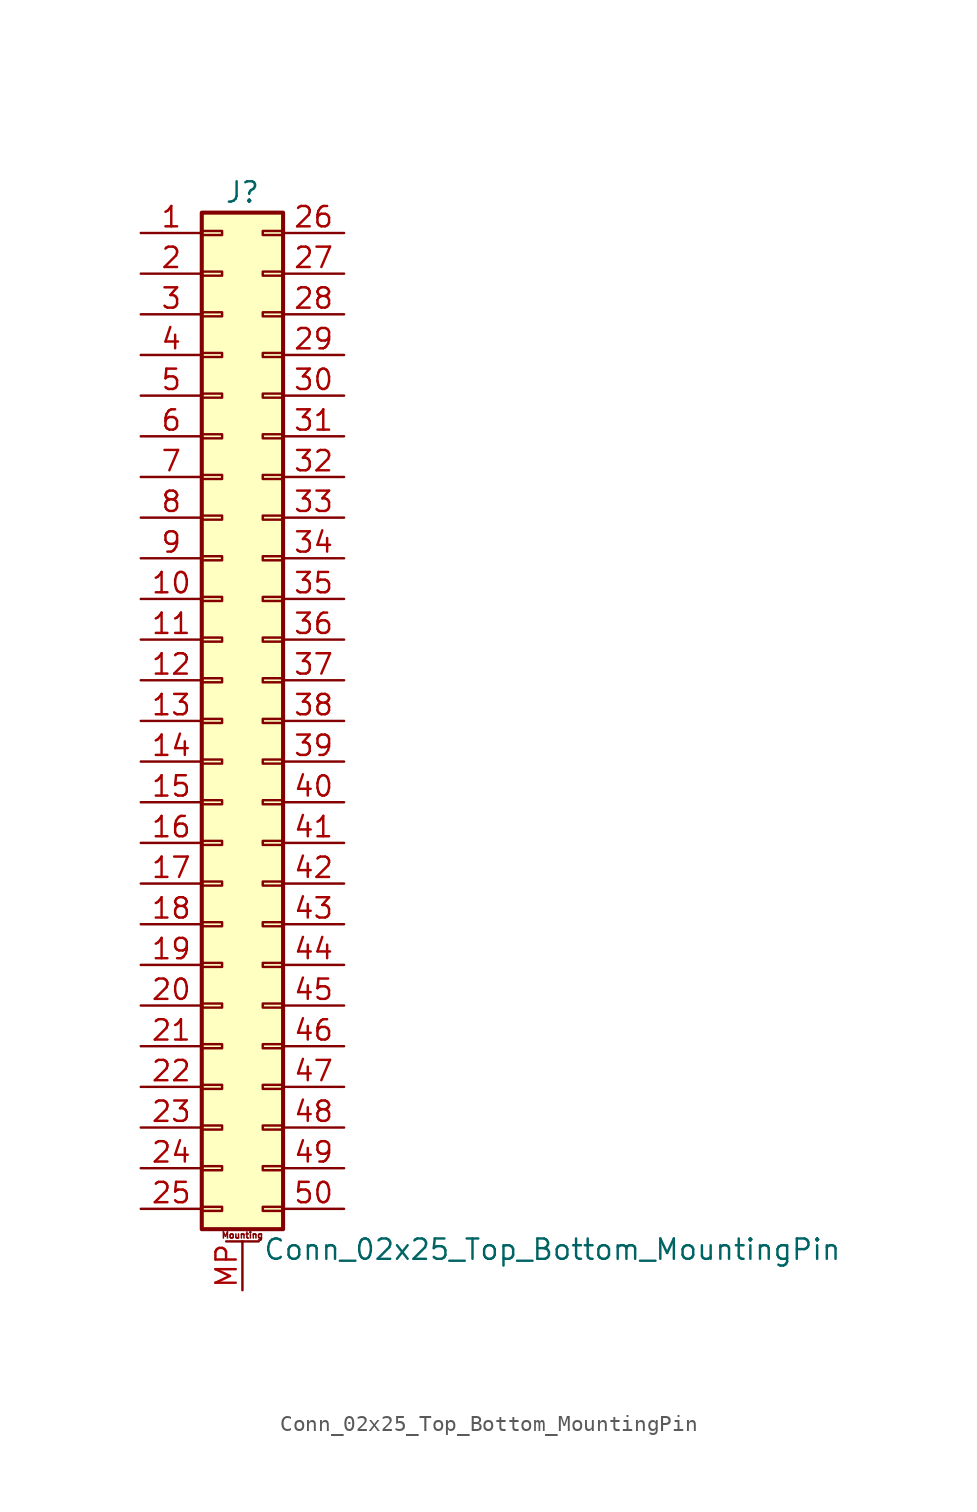
<source format=kicad_sym>
(kicad_symbol_lib
  (version 20201005)
  (generator kicad_symbol_editor)
  (symbol "Connector_Generic_MountingPin:Conn_02x25_Top_Bottom_MountingPin"
    (pin_names
      (offset 1.016) hide)
    (property "Reference" "J"
      (at 1.27 33.02 0)
      (effects (font (size 1.27 1.27))))
    (property "Value" "Conn_02x25_Top_Bottom_MountingPin"
      (at 2.54 -33.02 0)
      (effects (font (size 1.27 1.27)) (justify left)))
    (symbol "Conn_02x25_Top_Bottom_MountingPin_1_1"
      (text "Mounting" (at 1.27 -32.131 0) (effects (font (size 0.381 0.381))))
      (rectangle (start -1.27 -27.813) (end 0 -28.067) (stroke (width 0.152)) (fill (type none)))
      (rectangle (start -1.27 -30.353) (end 0 -30.607) (stroke (width 0.152)) (fill (type none)))
      (rectangle (start -1.27 -4.953) (end 0 -5.207) (stroke (width 0.152)) (fill (type none)))
      (rectangle (start -1.27 -7.493) (end 0 -7.747) (stroke (width 0.152)) (fill (type none)))
      (rectangle (start -1.27 -10.033) (end 0 -10.287) (stroke (width 0.152)) (fill (type none)))
      (rectangle (start -1.27 -12.573) (end 0 -12.827) (stroke (width 0.152)) (fill (type none)))
      (rectangle (start -1.27 -15.113) (end 0 -15.367) (stroke (width 0.152)) (fill (type none)))
      (rectangle (start -1.27 -17.653) (end 0 -17.907) (stroke (width 0.152)) (fill (type none)))
      (rectangle (start -1.27 -20.193) (end 0 -20.447) (stroke (width 0.152)) (fill (type none)))
      (rectangle (start -1.27 -22.733) (end 0 -22.987) (stroke (width 0.152)) (fill (type none)))
      (rectangle (start -1.27 -2.413) (end 0 -2.667) (stroke (width 0.152)) (fill (type none)))
      (rectangle (start -1.27 -25.273) (end 0 -25.527) (stroke (width 0.152)) (fill (type none)))
      (rectangle (start -1.27 25.527) (end 0 25.273) (stroke (width 0.152)) (fill (type none)))
      (rectangle (start -1.27 2.667) (end 0 2.413) (stroke (width 0.152)) (fill (type none)))
      (rectangle (start -1.27 28.067) (end 0 27.813) (stroke (width 0.152)) (fill (type none)))
      (rectangle (start -1.27 30.607) (end 0 30.353) (stroke (width 0.152)) (fill (type none)))
      (rectangle (start -1.27 31.75) (end 3.81 -31.75) (stroke (width 0.254)) (fill (type background)))
      (rectangle (start -1.27 5.207) (end 0 4.953) (stroke (width 0.152)) (fill (type none)))
      (rectangle (start -1.27 7.747) (end 0 7.493) (stroke (width 0.152)) (fill (type none)))
      (rectangle (start -1.27 10.287) (end 0 10.033) (stroke (width 0.152)) (fill (type none)))
      (rectangle (start -1.27 0.127) (end 0 -0.127) (stroke (width 0.152)) (fill (type none)))
      (rectangle (start -1.27 12.827) (end 0 12.573) (stroke (width 0.152)) (fill (type none)))
      (rectangle (start -1.27 15.367) (end 0 15.113) (stroke (width 0.152)) (fill (type none)))
      (rectangle (start -1.27 17.907) (end 0 17.653) (stroke (width 0.152)) (fill (type none)))
      (rectangle (start -1.27 20.447) (end 0 20.193) (stroke (width 0.152)) (fill (type none)))
      (rectangle (start -1.27 22.987) (end 0 22.733) (stroke (width 0.152)) (fill (type none)))
      (rectangle (start 3.81 -27.813) (end 2.54 -28.067) (stroke (width 0.152)) (fill (type none)))
      (rectangle (start 3.81 -30.353) (end 2.54 -30.607) (stroke (width 0.152)) (fill (type none)))
      (rectangle (start 3.81 -4.953) (end 2.54 -5.207) (stroke (width 0.152)) (fill (type none)))
      (rectangle (start 3.81 -7.493) (end 2.54 -7.747) (stroke (width 0.152)) (fill (type none)))
      (rectangle (start 3.81 -10.033) (end 2.54 -10.287) (stroke (width 0.152)) (fill (type none)))
      (rectangle (start 3.81 -12.573) (end 2.54 -12.827) (stroke (width 0.152)) (fill (type none)))
      (rectangle (start 3.81 -15.113) (end 2.54 -15.367) (stroke (width 0.152)) (fill (type none)))
      (rectangle (start 3.81 -17.653) (end 2.54 -17.907) (stroke (width 0.152)) (fill (type none)))
      (rectangle (start 3.81 -20.193) (end 2.54 -20.447) (stroke (width 0.152)) (fill (type none)))
      (rectangle (start 3.81 -22.733) (end 2.54 -22.987) (stroke (width 0.152)) (fill (type none)))
      (rectangle (start 3.81 -2.413) (end 2.54 -2.667) (stroke (width 0.152)) (fill (type none)))
      (rectangle (start 3.81 -25.273) (end 2.54 -25.527) (stroke (width 0.152)) (fill (type none)))
      (rectangle (start 3.81 25.527) (end 2.54 25.273) (stroke (width 0.152)) (fill (type none)))
      (rectangle (start 3.81 2.667) (end 2.54 2.413) (stroke (width 0.152)) (fill (type none)))
      (rectangle (start 3.81 28.067) (end 2.54 27.813) (stroke (width 0.152)) (fill (type none)))
      (rectangle (start 3.81 30.607) (end 2.54 30.353) (stroke (width 0.152)) (fill (type none)))
      (rectangle (start 3.81 5.207) (end 2.54 4.953) (stroke (width 0.152)) (fill (type none)))
      (rectangle (start 3.81 7.747) (end 2.54 7.493) (stroke (width 0.152)) (fill (type none)))
      (rectangle (start 3.81 10.287) (end 2.54 10.033) (stroke (width 0.152)) (fill (type none)))
      (rectangle (start 3.81 0.127) (end 2.54 -0.127) (stroke (width 0.152)) (fill (type none)))
      (rectangle (start 3.81 12.827) (end 2.54 12.573) (stroke (width 0.152)) (fill (type none)))
      (rectangle (start 3.81 15.367) (end 2.54 15.113) (stroke (width 0.152)) (fill (type none)))
      (rectangle (start 3.81 17.907) (end 2.54 17.653) (stroke (width 0.152)) (fill (type none)))
      (rectangle (start 3.81 20.447) (end 2.54 20.193) (stroke (width 0.152)) (fill (type none)))
      (rectangle (start 3.81 22.987) (end 2.54 22.733) (stroke (width 0.152)) (fill (type none)))
      (polyline (pts (xy 0.254 -32.512) (xy 2.286 -32.512)) (stroke (width 0.152)) (fill (type none)))
      (pin passive line (at 1.27 -35.56 90) (length 3.048) (name "MountPin" (effects (font (size 1.27 1.27)))) (number "MP" (effects (font (size 1.27 1.27)))))
      (pin passive line (at -5.08 30.48 0) (length 3.81) (name "Pin_1" (effects (font (size 1.27 1.27)))) (number "1" (effects (font (size 1.27 1.27)))))
      (pin passive line (at -5.08 7.62 0) (length 3.81) (name "Pin_10" (effects (font (size 1.27 1.27)))) (number "10" (effects (font (size 1.27 1.27)))))
      (pin passive line (at -5.08 5.08 0) (length 3.81) (name "Pin_11" (effects (font (size 1.27 1.27)))) (number "11" (effects (font (size 1.27 1.27)))))
      (pin passive line (at -5.08 2.54 0) (length 3.81) (name "Pin_12" (effects (font (size 1.27 1.27)))) (number "12" (effects (font (size 1.27 1.27)))))
      (pin passive line (at -5.08 0 0) (length 3.81) (name "Pin_13" (effects (font (size 1.27 1.27)))) (number "13" (effects (font (size 1.27 1.27)))))
      (pin passive line (at -5.08 -2.54 0) (length 3.81) (name "Pin_14" (effects (font (size 1.27 1.27)))) (number "14" (effects (font (size 1.27 1.27)))))
      (pin passive line (at -5.08 -5.08 0) (length 3.81) (name "Pin_15" (effects (font (size 1.27 1.27)))) (number "15" (effects (font (size 1.27 1.27)))))
      (pin passive line (at -5.08 -7.62 0) (length 3.81) (name "Pin_16" (effects (font (size 1.27 1.27)))) (number "16" (effects (font (size 1.27 1.27)))))
      (pin passive line (at -5.08 -10.16 0) (length 3.81) (name "Pin_17" (effects (font (size 1.27 1.27)))) (number "17" (effects (font (size 1.27 1.27)))))
      (pin passive line (at -5.08 -12.7 0) (length 3.81) (name "Pin_18" (effects (font (size 1.27 1.27)))) (number "18" (effects (font (size 1.27 1.27)))))
      (pin passive line (at -5.08 -15.24 0) (length 3.81) (name "Pin_19" (effects (font (size 1.27 1.27)))) (number "19" (effects (font (size 1.27 1.27)))))
      (pin passive line (at -5.08 27.94 0) (length 3.81) (name "Pin_2" (effects (font (size 1.27 1.27)))) (number "2" (effects (font (size 1.27 1.27)))))
      (pin passive line (at -5.08 -17.78 0) (length 3.81) (name "Pin_20" (effects (font (size 1.27 1.27)))) (number "20" (effects (font (size 1.27 1.27)))))
      (pin passive line (at -5.08 -20.32 0) (length 3.81) (name "Pin_21" (effects (font (size 1.27 1.27)))) (number "21" (effects (font (size 1.27 1.27)))))
      (pin passive line (at -5.08 -22.86 0) (length 3.81) (name "Pin_22" (effects (font (size 1.27 1.27)))) (number "22" (effects (font (size 1.27 1.27)))))
      (pin passive line (at -5.08 -25.4 0) (length 3.81) (name "Pin_23" (effects (font (size 1.27 1.27)))) (number "23" (effects (font (size 1.27 1.27)))))
      (pin passive line (at -5.08 -27.94 0) (length 3.81) (name "Pin_24" (effects (font (size 1.27 1.27)))) (number "24" (effects (font (size 1.27 1.27)))))
      (pin passive line (at -5.08 -30.48 0) (length 3.81) (name "Pin_25" (effects (font (size 1.27 1.27)))) (number "25" (effects (font (size 1.27 1.27)))))
      (pin passive line (at 7.62 30.48 180) (length 3.81) (name "Pin_26" (effects (font (size 1.27 1.27)))) (number "26" (effects (font (size 1.27 1.27)))))
      (pin passive line (at 7.62 27.94 180) (length 3.81) (name "Pin_27" (effects (font (size 1.27 1.27)))) (number "27" (effects (font (size 1.27 1.27)))))
      (pin passive line (at 7.62 25.4 180) (length 3.81) (name "Pin_28" (effects (font (size 1.27 1.27)))) (number "28" (effects (font (size 1.27 1.27)))))
      (pin passive line (at 7.62 22.86 180) (length 3.81) (name "Pin_29" (effects (font (size 1.27 1.27)))) (number "29" (effects (font (size 1.27 1.27)))))
      (pin passive line (at -5.08 25.4 0) (length 3.81) (name "Pin_3" (effects (font (size 1.27 1.27)))) (number "3" (effects (font (size 1.27 1.27)))))
      (pin passive line (at 7.62 20.32 180) (length 3.81) (name "Pin_30" (effects (font (size 1.27 1.27)))) (number "30" (effects (font (size 1.27 1.27)))))
      (pin passive line (at 7.62 17.78 180) (length 3.81) (name "Pin_31" (effects (font (size 1.27 1.27)))) (number "31" (effects (font (size 1.27 1.27)))))
      (pin passive line (at 7.62 15.24 180) (length 3.81) (name "Pin_32" (effects (font (size 1.27 1.27)))) (number "32" (effects (font (size 1.27 1.27)))))
      (pin passive line (at 7.62 12.7 180) (length 3.81) (name "Pin_33" (effects (font (size 1.27 1.27)))) (number "33" (effects (font (size 1.27 1.27)))))
      (pin passive line (at 7.62 10.16 180) (length 3.81) (name "Pin_34" (effects (font (size 1.27 1.27)))) (number "34" (effects (font (size 1.27 1.27)))))
      (pin passive line (at 7.62 7.62 180) (length 3.81) (name "Pin_35" (effects (font (size 1.27 1.27)))) (number "35" (effects (font (size 1.27 1.27)))))
      (pin passive line (at 7.62 5.08 180) (length 3.81) (name "Pin_36" (effects (font (size 1.27 1.27)))) (number "36" (effects (font (size 1.27 1.27)))))
      (pin passive line (at 7.62 2.54 180) (length 3.81) (name "Pin_37" (effects (font (size 1.27 1.27)))) (number "37" (effects (font (size 1.27 1.27)))))
      (pin passive line (at 7.62 0 180) (length 3.81) (name "Pin_38" (effects (font (size 1.27 1.27)))) (number "38" (effects (font (size 1.27 1.27)))))
      (pin passive line (at 7.62 -2.54 180) (length 3.81) (name "Pin_39" (effects (font (size 1.27 1.27)))) (number "39" (effects (font (size 1.27 1.27)))))
      (pin passive line (at -5.08 22.86 0) (length 3.81) (name "Pin_4" (effects (font (size 1.27 1.27)))) (number "4" (effects (font (size 1.27 1.27)))))
      (pin passive line (at 7.62 -5.08 180) (length 3.81) (name "Pin_40" (effects (font (size 1.27 1.27)))) (number "40" (effects (font (size 1.27 1.27)))))
      (pin passive line (at 7.62 -7.62 180) (length 3.81) (name "Pin_41" (effects (font (size 1.27 1.27)))) (number "41" (effects (font (size 1.27 1.27)))))
      (pin passive line (at 7.62 -10.16 180) (length 3.81) (name "Pin_42" (effects (font (size 1.27 1.27)))) (number "42" (effects (font (size 1.27 1.27)))))
      (pin passive line (at 7.62 -12.7 180) (length 3.81) (name "Pin_43" (effects (font (size 1.27 1.27)))) (number "43" (effects (font (size 1.27 1.27)))))
      (pin passive line (at 7.62 -15.24 180) (length 3.81) (name "Pin_44" (effects (font (size 1.27 1.27)))) (number "44" (effects (font (size 1.27 1.27)))))
      (pin passive line (at 7.62 -17.78 180) (length 3.81) (name "Pin_45" (effects (font (size 1.27 1.27)))) (number "45" (effects (font (size 1.27 1.27)))))
      (pin passive line (at 7.62 -20.32 180) (length 3.81) (name "Pin_46" (effects (font (size 1.27 1.27)))) (number "46" (effects (font (size 1.27 1.27)))))
      (pin passive line (at 7.62 -22.86 180) (length 3.81) (name "Pin_47" (effects (font (size 1.27 1.27)))) (number "47" (effects (font (size 1.27 1.27)))))
      (pin passive line (at 7.62 -25.4 180) (length 3.81) (name "Pin_48" (effects (font (size 1.27 1.27)))) (number "48" (effects (font (size 1.27 1.27)))))
      (pin passive line (at 7.62 -27.94 180) (length 3.81) (name "Pin_49" (effects (font (size 1.27 1.27)))) (number "49" (effects (font (size 1.27 1.27)))))
      (pin passive line (at -5.08 20.32 0) (length 3.81) (name "Pin_5" (effects (font (size 1.27 1.27)))) (number "5" (effects (font (size 1.27 1.27)))))
      (pin passive line (at 7.62 -30.48 180) (length 3.81) (name "Pin_50" (effects (font (size 1.27 1.27)))) (number "50" (effects (font (size 1.27 1.27)))))
      (pin passive line (at -5.08 17.78 0) (length 3.81) (name "Pin_6" (effects (font (size 1.27 1.27)))) (number "6" (effects (font (size 1.27 1.27)))))
      (pin passive line (at -5.08 15.24 0) (length 3.81) (name "Pin_7" (effects (font (size 1.27 1.27)))) (number "7" (effects (font (size 1.27 1.27)))))
      (pin passive line (at -5.08 12.7 0) (length 3.81) (name "Pin_8" (effects (font (size 1.27 1.27)))) (number "8" (effects (font (size 1.27 1.27)))))
      (pin passive line (at -5.08 10.16 0) (length 3.81) (name "Pin_9" (effects (font (size 1.27 1.27)))) (number "9" (effects (font (size 1.27 1.27))))))))
</source>
